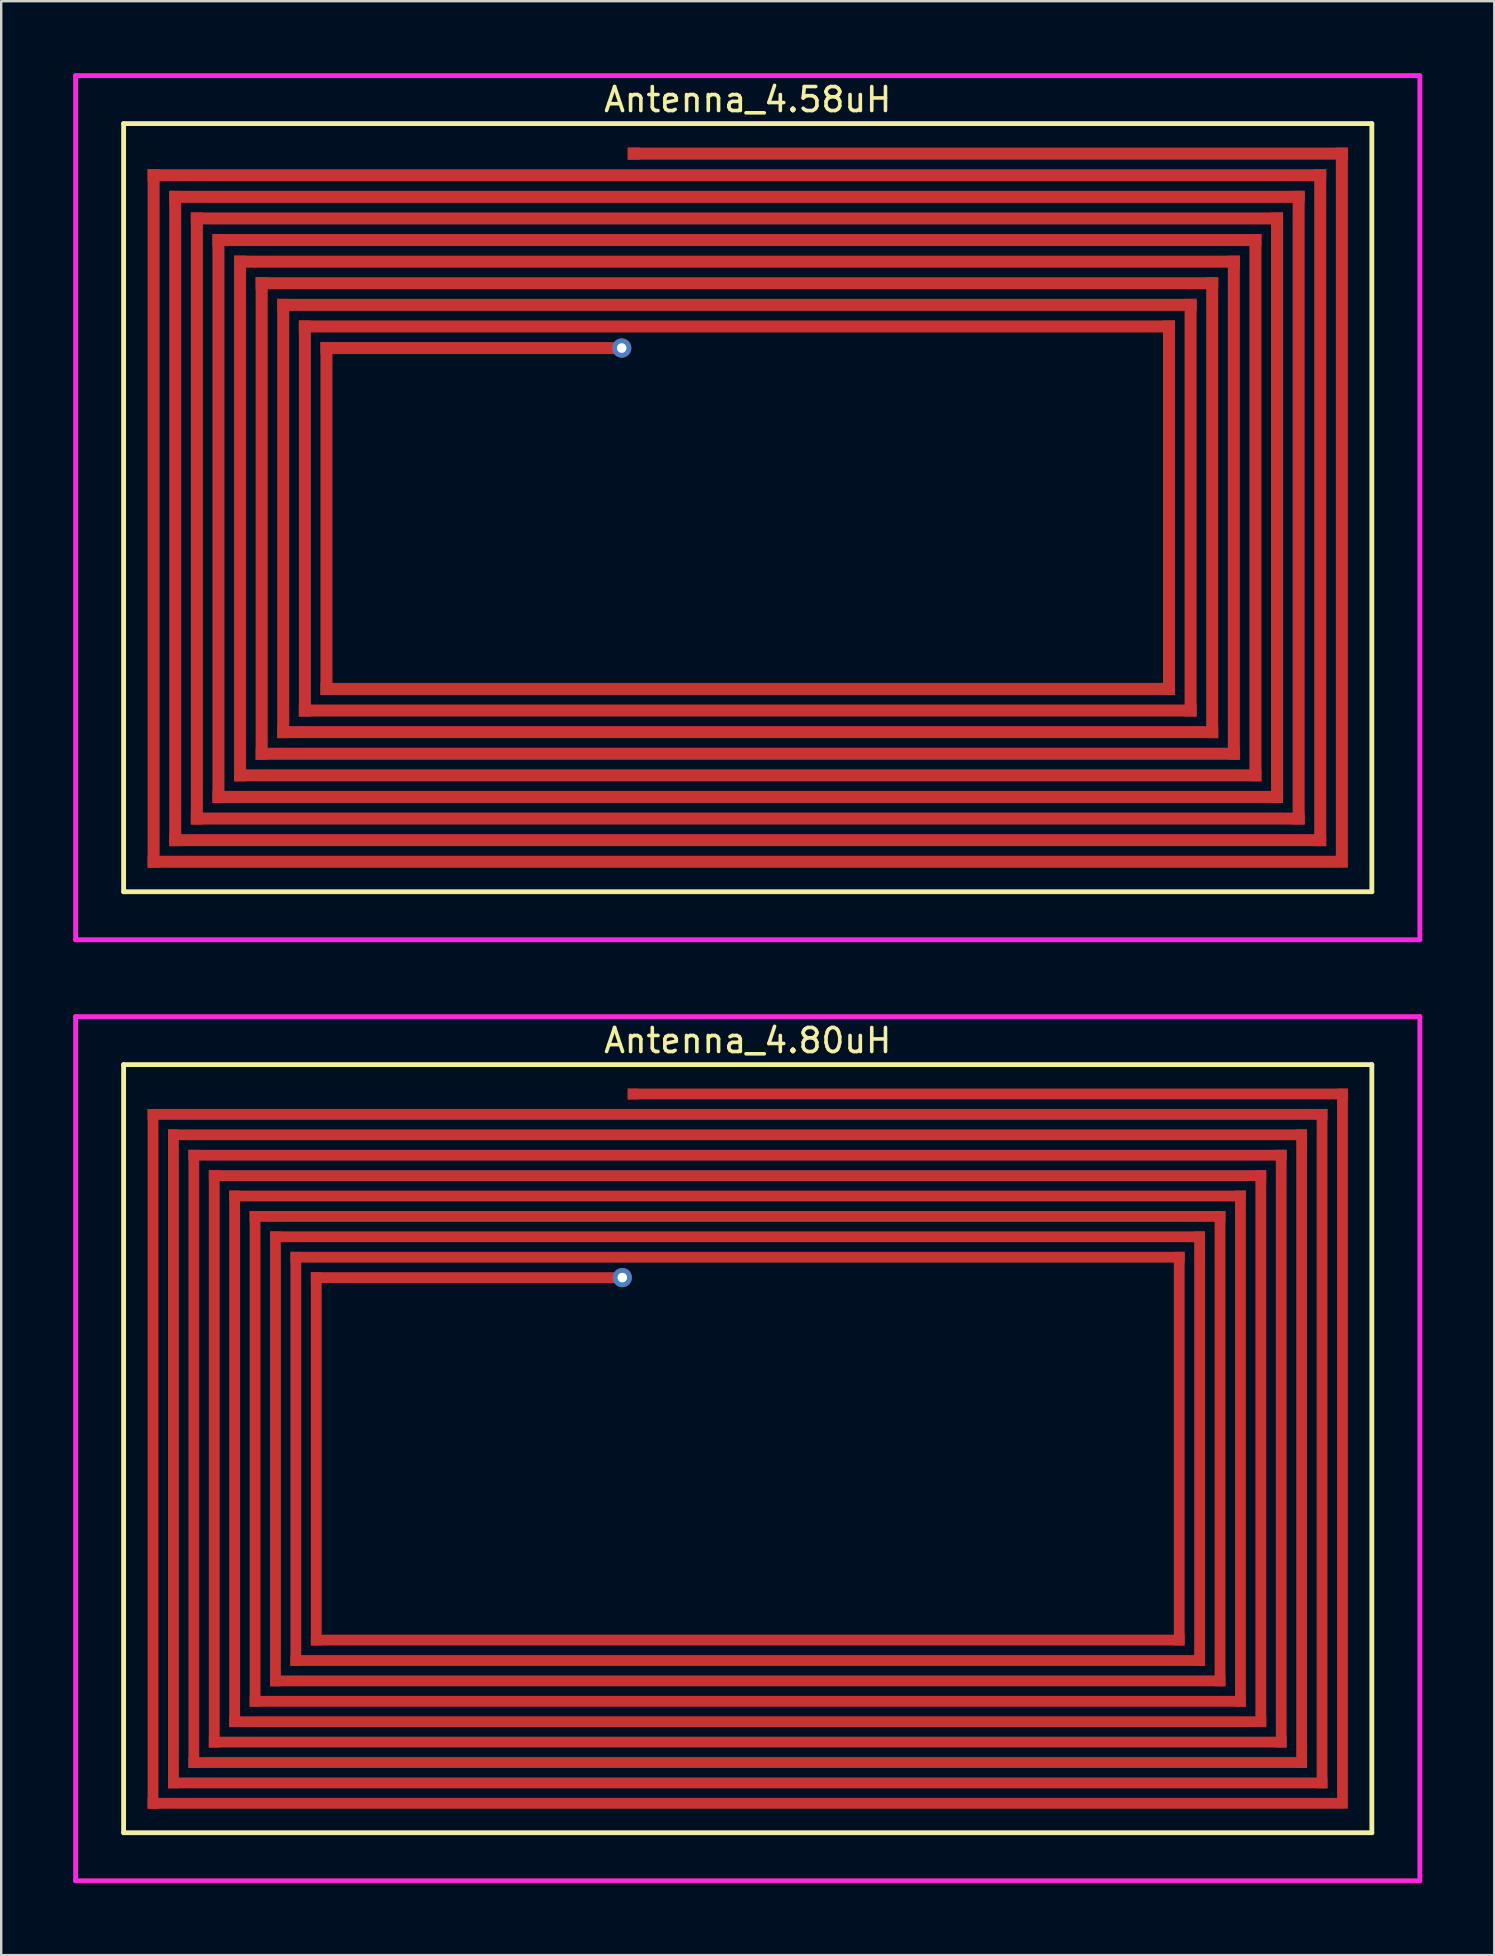
<source format=kicad_pcb>
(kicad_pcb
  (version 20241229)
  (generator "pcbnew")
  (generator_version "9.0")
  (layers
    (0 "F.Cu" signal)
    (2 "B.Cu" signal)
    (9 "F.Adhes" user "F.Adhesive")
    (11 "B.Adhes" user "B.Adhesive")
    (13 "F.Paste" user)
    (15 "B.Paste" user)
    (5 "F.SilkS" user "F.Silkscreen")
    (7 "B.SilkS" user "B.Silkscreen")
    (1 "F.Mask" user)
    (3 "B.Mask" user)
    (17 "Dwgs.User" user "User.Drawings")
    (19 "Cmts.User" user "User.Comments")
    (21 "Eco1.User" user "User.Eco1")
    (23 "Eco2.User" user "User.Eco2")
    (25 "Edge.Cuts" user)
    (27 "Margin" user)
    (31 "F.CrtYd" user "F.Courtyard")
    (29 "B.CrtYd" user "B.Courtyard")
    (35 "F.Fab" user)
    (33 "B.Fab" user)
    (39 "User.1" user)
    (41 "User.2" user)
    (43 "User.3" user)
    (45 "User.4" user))
  (footprint "Antenna_4.80uH"
    (layer "F.Cu")
    (at 28.1 57.3)
    (property "Reference" "Antenna_4.80uH" (at 0 -17 0) (layer "F.SilkS") (effects (font (size 1 1) (thickness 0.15))))
    (attr through_hole)
    (fp_poly (pts (xy -25 -14.15) (xy 24.15 -14.15) (xy 24.15 -13.7) (xy -25 -13.7)) (stroke (width 0) (type solid)) (fill yes) (layer "F.Cu"))
    (fp_poly (pts (xy -25 15) (xy -25 -14.15) (xy -24.55 -14.15) (xy -24.55 15)) (stroke (width 0) (type solid)) (fill yes) (layer "F.Cu"))
    (fp_poly (pts (xy -25 15) (xy 24.575 15) (xy 24.575 14.55) (xy -25 14.55)) (stroke (width 0) (type solid)) (fill yes) (layer "F.Cu"))
    (fp_poly (pts (xy -24.15 -13.3) (xy 23.3 -13.3) (xy 23.3 -12.85) (xy -24.15 -12.85)) (stroke (width 0) (type solid)) (fill yes) (layer "F.Cu"))
    (fp_poly (pts (xy -24.15 14.15) (xy -24.15 -13.3) (xy -23.7 -13.3) (xy -23.7 14.15)) (stroke (width 0) (type solid)) (fill yes) (layer "F.Cu"))
    (fp_poly (pts (xy -24.15 14.15) (xy 24.15 14.15) (xy 24.15 13.7) (xy -24.15 13.7)) (stroke (width 0) (type solid)) (fill yes) (layer "F.Cu"))
    (fp_poly (pts (xy -23.3 -12.45) (xy 22.45 -12.45) (xy 22.45 -12) (xy -23.3 -12)) (stroke (width 0) (type solid)) (fill yes) (layer "F.Cu"))
    (fp_poly (pts (xy -23.3 13.3) (xy -23.3 -12.45) (xy -22.85 -12.45) (xy -22.85 13.3)) (stroke (width 0) (type solid)) (fill yes) (layer "F.Cu"))
    (fp_poly (pts (xy -23.3 13.3) (xy 23.3 13.3) (xy 23.3 12.85) (xy -23.3 12.85)) (stroke (width 0) (type solid)) (fill yes) (layer "F.Cu"))
    (fp_poly (pts (xy -22.45 -11.6) (xy 21.6 -11.6) (xy 21.6 -11.15) (xy -22.45 -11.15)) (stroke (width 0) (type solid)) (fill yes) (layer "F.Cu"))
    (fp_poly (pts (xy -22.45 12.45) (xy -22.45 -11.6) (xy -22 -11.6) (xy -22 12.45)) (stroke (width 0) (type solid)) (fill yes) (layer "F.Cu"))
    (fp_poly (pts (xy -22.45 12.45) (xy 22.45 12.45) (xy 22.45 12) (xy -22.45 12)) (stroke (width 0) (type solid)) (fill yes) (layer "F.Cu"))
    (fp_poly (pts (xy -21.6 -10.75) (xy 20.75 -10.75) (xy 20.75 -10.3) (xy -21.6 -10.3)) (stroke (width 0) (type solid)) (fill yes) (layer "F.Cu"))
    (fp_poly (pts (xy -21.6 11.6) (xy -21.6 -10.75) (xy -21.15 -10.75) (xy -21.15 11.6)) (stroke (width 0) (type solid)) (fill yes) (layer "F.Cu"))
    (fp_poly (pts (xy -21.6 11.6) (xy 21.6 11.6) (xy 21.6 11.15) (xy -21.6 11.15)) (stroke (width 0) (type solid)) (fill yes) (layer "F.Cu"))
    (fp_poly (pts (xy -20.75 -9.9) (xy 19.9 -9.9) (xy 19.9 -9.45) (xy -20.75 -9.45)) (stroke (width 0) (type solid)) (fill yes) (layer "F.Cu"))
    (fp_poly (pts (xy -20.75 10.75) (xy -20.75 -9.9) (xy -20.3 -9.9) (xy -20.3 10.75)) (stroke (width 0) (type solid)) (fill yes) (layer "F.Cu"))
    (fp_poly (pts (xy -20.75 10.75) (xy 20.75 10.75) (xy 20.75 10.3) (xy -20.75 10.3)) (stroke (width 0) (type solid)) (fill yes) (layer "F.Cu"))
    (fp_poly (pts (xy -19.9 -9.05) (xy 19.05 -9.05) (xy 19.05 -8.6) (xy -19.9 -8.6)) (stroke (width 0) (type solid)) (fill yes) (layer "F.Cu"))
    (fp_poly (pts (xy -19.9 9.9) (xy -19.9 -9.05) (xy -19.45 -9.05) (xy -19.45 9.9)) (stroke (width 0) (type solid)) (fill yes) (layer "F.Cu"))
    (fp_poly (pts (xy -19.9 9.9) (xy 19.9 9.9) (xy 19.9 9.45) (xy -19.9 9.45)) (stroke (width 0) (type solid)) (fill yes) (layer "F.Cu"))
    (fp_poly (pts (xy -19.05 -8.2) (xy 18.2 -8.2) (xy 18.2 -7.75) (xy -19.05 -7.75)) (stroke (width 0) (type solid)) (fill yes) (layer "F.Cu"))
    (fp_poly (pts (xy -19.05 9.05) (xy -19.05 -8.2) (xy -18.6 -8.2) (xy -18.6 9.05)) (stroke (width 0) (type solid)) (fill yes) (layer "F.Cu"))
    (fp_poly (pts (xy -19.05 9.05) (xy 19.05 9.05) (xy 19.05 8.6) (xy -19.05 8.6)) (stroke (width 0) (type solid)) (fill yes) (layer "F.Cu"))
    (fp_poly (pts (xy -18.2 -7.35) (xy -5 -7.35) (xy -5 -6.9) (xy -18.2 -6.9)) (stroke (width 0) (type solid)) (fill yes) (layer "F.Cu"))
    (fp_poly (pts (xy -18.2 8.2) (xy -18.2 -7.35) (xy -17.75 -7.35) (xy -17.75 8.2)) (stroke (width 0) (type solid)) (fill yes) (layer "F.Cu"))
    (fp_poly (pts (xy -18.2 8.2) (xy 18.2 8.2) (xy 18.2 7.75) (xy -18.2 7.75)) (stroke (width 0) (type solid)) (fill yes) (layer "F.Cu"))
    (fp_poly (pts (xy -5 -15) (xy 25 -15) (xy 25 -14.55) (xy -5 -14.55)) (stroke (width 0) (type solid)) (fill yes) (layer "F.Cu"))
    (fp_poly (pts (xy 18.2 -8.2) (xy 18.2 8.2) (xy 17.75 8.2) (xy 17.75 -8.2)) (stroke (width 0) (type solid)) (fill yes) (layer "F.Cu"))
    (fp_poly (pts (xy 19.05 -9.05) (xy 19.05 9.05) (xy 18.6 9.05) (xy 18.6 -9.05)) (stroke (width 0) (type solid)) (fill yes) (layer "F.Cu"))
    (fp_poly (pts (xy 19.9 -9.9) (xy 19.9 9.9) (xy 19.45 9.9) (xy 19.45 -9.9)) (stroke (width 0) (type solid)) (fill yes) (layer "F.Cu"))
    (fp_poly (pts (xy 20.75 -10.75) (xy 20.75 10.75) (xy 20.3 10.75) (xy 20.3 -10.75)) (stroke (width 0) (type solid)) (fill yes) (layer "F.Cu"))
    (fp_poly (pts (xy 21.6 -11.6) (xy 21.6 11.6) (xy 21.15 11.6) (xy 21.15 -11.6)) (stroke (width 0) (type solid)) (fill yes) (layer "F.Cu"))
    (fp_poly (pts (xy 22.45 -12.45) (xy 22.45 12.45) (xy 22 12.45) (xy 22 -12.45)) (stroke (width 0) (type solid)) (fill yes) (layer "F.Cu"))
    (fp_poly (pts (xy 23.3 -13.3) (xy 23.3 13.3) (xy 22.85 13.3) (xy 22.85 -13.3)) (stroke (width 0) (type solid)) (fill yes) (layer "F.Cu"))
    (fp_poly (pts (xy 24.15 -14.15) (xy 24.15 14.15) (xy 23.7 14.15) (xy 23.7 -14.15)) (stroke (width 0) (type solid)) (fill yes) (layer "F.Cu"))
    (fp_poly (pts (xy 25 -15) (xy 25 15) (xy 24.55 15) (xy 24.55 -15)) (stroke (width 0) (type solid)) (fill yes) (layer "F.Cu"))
    (fp_line (start -26 -16) (end -26 16) (stroke (width 0.2) (type solid)) (layer "F.SilkS"))
    (fp_line (start -26 -16) (end 26 -16) (stroke (width 0.2) (type solid)) (layer "F.SilkS"))
    (fp_line (start -26 16) (end 26 16) (stroke (width 0.2) (type solid)) (layer "F.SilkS"))
    (fp_line (start 26 -16) (end 26 16) (stroke (width 0.2) (type solid)) (layer "F.SilkS"))
    (fp_line (start -28 -18) (end -28 18) (stroke (width 0.2) (type solid)) (layer "F.CrtYd"))
    (fp_line (start -28 -18) (end 28 -18) (stroke (width 0.2) (type solid)) (layer "F.CrtYd"))
    (fp_line (start -28 18) (end 28 18) (stroke (width 0.2) (type solid)) (layer "F.CrtYd"))
    (fp_line (start 28 -18) (end 28 18) (stroke (width 0.2) (type solid)) (layer "F.CrtYd"))
    (pad "1" smd rect (at -4.775 -14.775) (size 0.45 0.45) (layers "F.Cu"))
    (pad "2" thru_hole circle (at -5.225 -7.125) (size 0.8 0.8) (drill 0.4) (layers "*.Cu")))
  (footprint "Antenna_4.58uH"
    (layer "F.Cu")
    (at 28.1 18.1)
    (property "Reference" "Antenna_4.58uH" (at 0 -17 0) (layer "F.SilkS") (effects (font (size 1 1) (thickness 0.15))))
    (attr through_hole)
    (fp_poly (pts (xy -25 -14.1) (xy 24.1 -14.1) (xy 24.1 -13.6) (xy -25 -13.6)) (stroke (width 0) (type solid)) (fill yes) (layer "F.Cu"))
    (fp_poly (pts (xy -25 15) (xy -25 -14.1) (xy -24.5 -14.1) (xy -24.5 15)) (stroke (width 0) (type solid)) (fill yes) (layer "F.Cu"))
    (fp_poly (pts (xy -25 15) (xy 24.55 15) (xy 24.55 14.5) (xy -25 14.5)) (stroke (width 0) (type solid)) (fill yes) (layer "F.Cu"))
    (fp_poly (pts (xy -24.1 -13.2) (xy 23.2 -13.2) (xy 23.2 -12.7) (xy -24.1 -12.7)) (stroke (width 0) (type solid)) (fill yes) (layer "F.Cu"))
    (fp_poly (pts (xy -24.1 14.1) (xy -24.1 -13.2) (xy -23.6 -13.2) (xy -23.6 14.1)) (stroke (width 0) (type solid)) (fill yes) (layer "F.Cu"))
    (fp_poly (pts (xy -24.1 14.1) (xy 24.1 14.1) (xy 24.1 13.6) (xy -24.1 13.6)) (stroke (width 0) (type solid)) (fill yes) (layer "F.Cu"))
    (fp_poly (pts (xy -23.2 -12.3) (xy 22.3 -12.3) (xy 22.3 -11.8) (xy -23.2 -11.8)) (stroke (width 0) (type solid)) (fill yes) (layer "F.Cu"))
    (fp_poly (pts (xy -23.2 13.2) (xy -23.2 -12.3) (xy -22.7 -12.3) (xy -22.7 13.2)) (stroke (width 0) (type solid)) (fill yes) (layer "F.Cu"))
    (fp_poly (pts (xy -23.2 13.2) (xy 23.2 13.2) (xy 23.2 12.7) (xy -23.2 12.7)) (stroke (width 0) (type solid)) (fill yes) (layer "F.Cu"))
    (fp_poly (pts (xy -22.3 -11.4) (xy 21.4 -11.4) (xy 21.4 -10.9) (xy -22.3 -10.9)) (stroke (width 0) (type solid)) (fill yes) (layer "F.Cu"))
    (fp_poly (pts (xy -22.3 12.3) (xy -22.3 -11.4) (xy -21.8 -11.4) (xy -21.8 12.3)) (stroke (width 0) (type solid)) (fill yes) (layer "F.Cu"))
    (fp_poly (pts (xy -22.3 12.3) (xy 22.3 12.3) (xy 22.3 11.8) (xy -22.3 11.8)) (stroke (width 0) (type solid)) (fill yes) (layer "F.Cu"))
    (fp_poly (pts (xy -21.4 -10.5) (xy 20.5 -10.5) (xy 20.5 -10) (xy -21.4 -10)) (stroke (width 0) (type solid)) (fill yes) (layer "F.Cu"))
    (fp_poly (pts (xy -21.4 11.4) (xy -21.4 -10.5) (xy -20.9 -10.5) (xy -20.9 11.4)) (stroke (width 0) (type solid)) (fill yes) (layer "F.Cu"))
    (fp_poly (pts (xy -21.4 11.4) (xy 21.4 11.4) (xy 21.4 10.9) (xy -21.4 10.9)) (stroke (width 0) (type solid)) (fill yes) (layer "F.Cu"))
    (fp_poly (pts (xy -20.5 -9.6) (xy 19.6 -9.6) (xy 19.6 -9.1) (xy -20.5 -9.1)) (stroke (width 0) (type solid)) (fill yes) (layer "F.Cu"))
    (fp_poly (pts (xy -20.5 10.5) (xy -20.5 -9.6) (xy -20 -9.6) (xy -20 10.5)) (stroke (width 0) (type solid)) (fill yes) (layer "F.Cu"))
    (fp_poly (pts (xy -20.5 10.5) (xy 20.5 10.5) (xy 20.5 10) (xy -20.5 10)) (stroke (width 0) (type solid)) (fill yes) (layer "F.Cu"))
    (fp_poly (pts (xy -19.6 -8.7) (xy 18.7 -8.7) (xy 18.7 -8.2) (xy -19.6 -8.2)) (stroke (width 0) (type solid)) (fill yes) (layer "F.Cu"))
    (fp_poly (pts (xy -19.6 9.6) (xy -19.6 -8.7) (xy -19.1 -8.7) (xy -19.1 9.6)) (stroke (width 0) (type solid)) (fill yes) (layer "F.Cu"))
    (fp_poly (pts (xy -19.6 9.6) (xy 19.6 9.6) (xy 19.6 9.1) (xy -19.6 9.1)) (stroke (width 0) (type solid)) (fill yes) (layer "F.Cu"))
    (fp_poly (pts (xy -18.7 -7.8) (xy 17.8 -7.8) (xy 17.8 -7.3) (xy -18.7 -7.3)) (stroke (width 0) (type solid)) (fill yes) (layer "F.Cu"))
    (fp_poly (pts (xy -18.7 8.7) (xy -18.7 -7.8) (xy -18.2 -7.8) (xy -18.2 8.7)) (stroke (width 0) (type solid)) (fill yes) (layer "F.Cu"))
    (fp_poly (pts (xy -18.7 8.7) (xy 18.7 8.7) (xy 18.7 8.2) (xy -18.7 8.2)) (stroke (width 0) (type solid)) (fill yes) (layer "F.Cu"))
    (fp_poly (pts (xy -17.8 -6.9) (xy -5 -6.9) (xy -5 -6.4) (xy -17.8 -6.4)) (stroke (width 0) (type solid)) (fill yes) (layer "F.Cu"))
    (fp_poly (pts (xy -17.8 7.8) (xy -17.8 -6.9) (xy -17.3 -6.9) (xy -17.3 7.8)) (stroke (width 0) (type solid)) (fill yes) (layer "F.Cu"))
    (fp_poly (pts (xy -17.8 7.8) (xy 17.8 7.8) (xy 17.8 7.3) (xy -17.8 7.3)) (stroke (width 0) (type solid)) (fill yes) (layer "F.Cu"))
    (fp_poly (pts (xy -5 -15) (xy 25 -15) (xy 25 -14.5) (xy -5 -14.5)) (stroke (width 0) (type solid)) (fill yes) (layer "F.Cu"))
    (fp_poly (pts (xy 17.8 -7.8) (xy 17.8 7.8) (xy 17.3 7.8) (xy 17.3 -7.8)) (stroke (width 0) (type solid)) (fill yes) (layer "F.Cu"))
    (fp_poly (pts (xy 18.7 -8.7) (xy 18.7 8.7) (xy 18.2 8.7) (xy 18.2 -8.7)) (stroke (width 0) (type solid)) (fill yes) (layer "F.Cu"))
    (fp_poly (pts (xy 19.6 -9.6) (xy 19.6 9.6) (xy 19.1 9.6) (xy 19.1 -9.6)) (stroke (width 0) (type solid)) (fill yes) (layer "F.Cu"))
    (fp_poly (pts (xy 20.5 -10.5) (xy 20.5 10.5) (xy 20 10.5) (xy 20 -10.5)) (stroke (width 0) (type solid)) (fill yes) (layer "F.Cu"))
    (fp_poly (pts (xy 21.4 -11.4) (xy 21.4 11.4) (xy 20.9 11.4) (xy 20.9 -11.4)) (stroke (width 0) (type solid)) (fill yes) (layer "F.Cu"))
    (fp_poly (pts (xy 22.3 -12.3) (xy 22.3 12.3) (xy 21.8 12.3) (xy 21.8 -12.3)) (stroke (width 0) (type solid)) (fill yes) (layer "F.Cu"))
    (fp_poly (pts (xy 23.2 -13.2) (xy 23.2 13.2) (xy 22.7 13.2) (xy 22.7 -13.2)) (stroke (width 0) (type solid)) (fill yes) (layer "F.Cu"))
    (fp_poly (pts (xy 24.1 -14.1) (xy 24.1 14.1) (xy 23.6 14.1) (xy 23.6 -14.1)) (stroke (width 0) (type solid)) (fill yes) (layer "F.Cu"))
    (fp_poly (pts (xy 25 -15) (xy 25 15) (xy 24.5 15) (xy 24.5 -15)) (stroke (width 0) (type solid)) (fill yes) (layer "F.Cu"))
    (fp_line (start -26 -16) (end -26 16) (stroke (width 0.2) (type solid)) (layer "F.SilkS"))
    (fp_line (start -26 -16) (end 26 -16) (stroke (width 0.2) (type solid)) (layer "F.SilkS"))
    (fp_line (start -26 16) (end 26 16) (stroke (width 0.2) (type solid)) (layer "F.SilkS"))
    (fp_line (start 26 -16) (end 26 16) (stroke (width 0.2) (type solid)) (layer "F.SilkS"))
    (fp_line (start -28 -18) (end -28 18) (stroke (width 0.2) (type solid)) (layer "F.CrtYd"))
    (fp_line (start -28 -18) (end 28 -18) (stroke (width 0.2) (type solid)) (layer "F.CrtYd"))
    (fp_line (start -28 18) (end 28 18) (stroke (width 0.2) (type solid)) (layer "F.CrtYd"))
    (fp_line (start 28 -18) (end 28 18) (stroke (width 0.2) (type solid)) (layer "F.CrtYd"))
    (pad "1" smd rect (at -4.75 -14.75) (size 0.5 0.5) (layers "F.Cu"))
    (pad "2" thru_hole circle (at -5.25 -6.65) (size 0.8 0.8) (drill 0.4) (layers "*.Cu")))
  (gr_rect
    (start -3 -3)
    (end 59.2 78.4)
    (stroke (width 0.1) (type default))
    (fill no)
    (layer "Edge.Cuts")))
</source>
